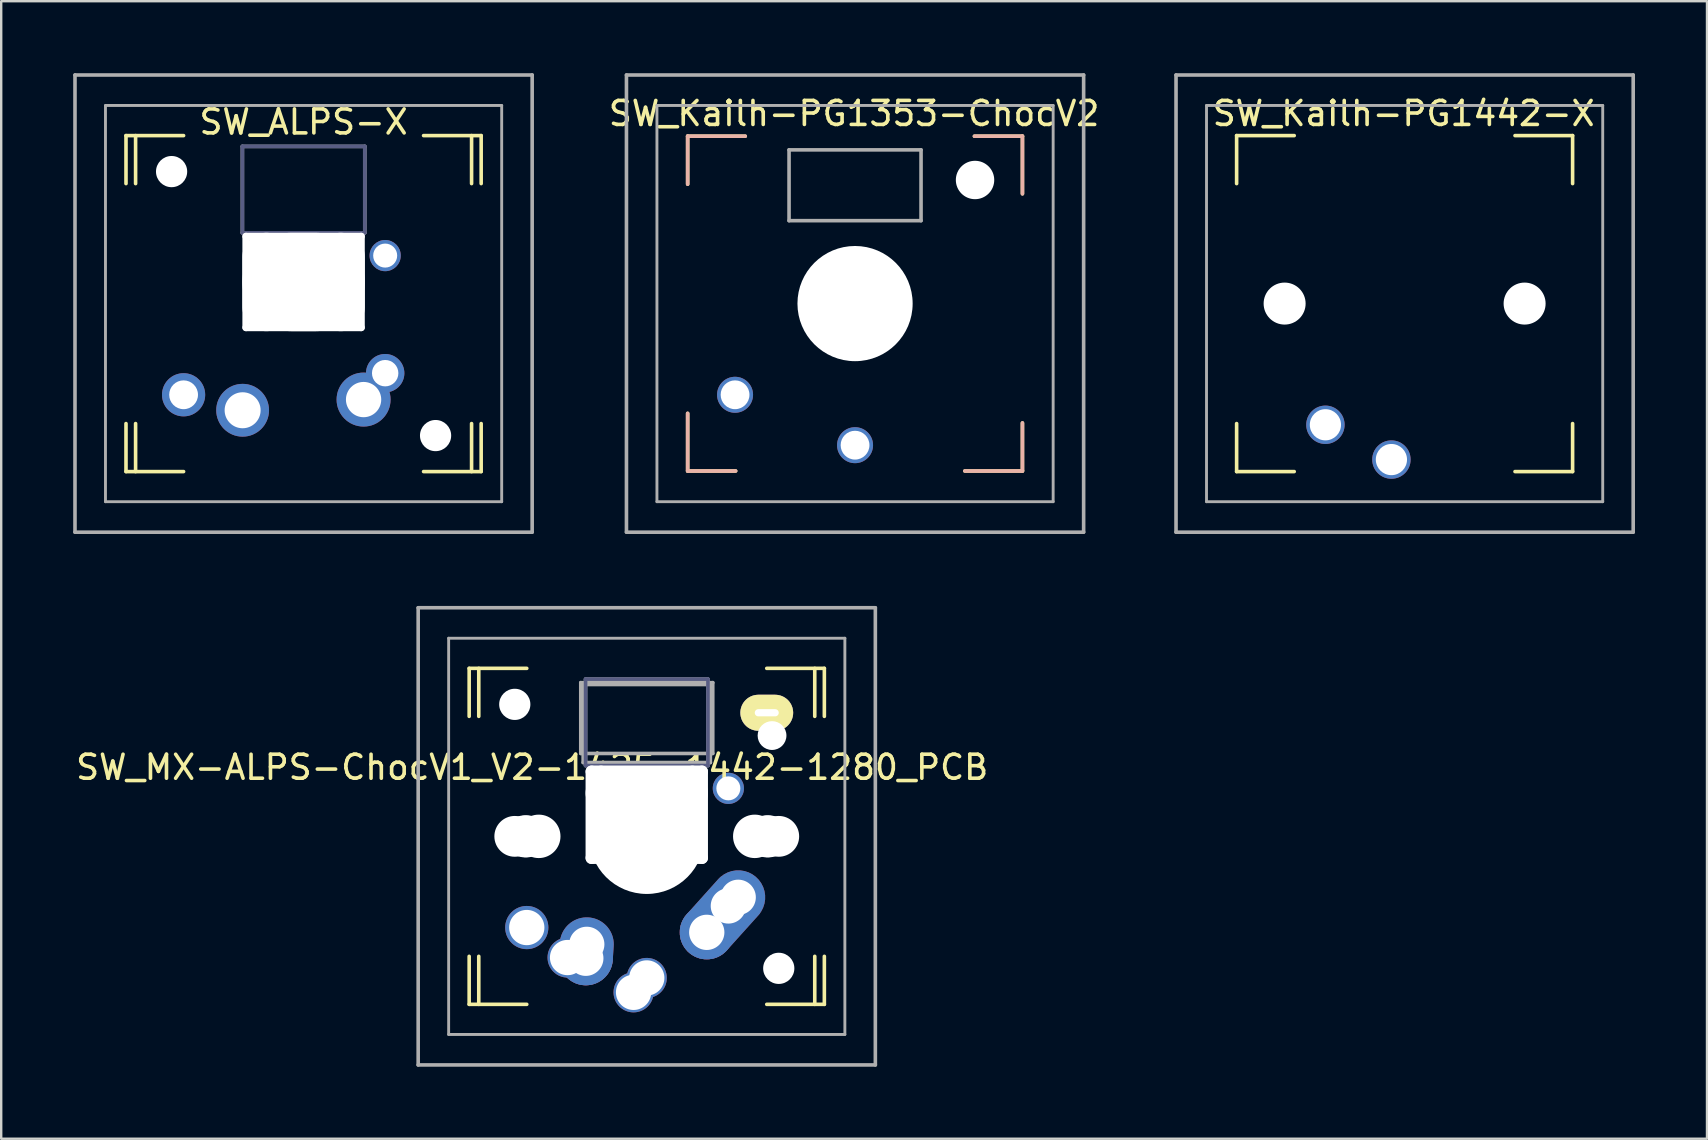
<source format=kicad_pcb>
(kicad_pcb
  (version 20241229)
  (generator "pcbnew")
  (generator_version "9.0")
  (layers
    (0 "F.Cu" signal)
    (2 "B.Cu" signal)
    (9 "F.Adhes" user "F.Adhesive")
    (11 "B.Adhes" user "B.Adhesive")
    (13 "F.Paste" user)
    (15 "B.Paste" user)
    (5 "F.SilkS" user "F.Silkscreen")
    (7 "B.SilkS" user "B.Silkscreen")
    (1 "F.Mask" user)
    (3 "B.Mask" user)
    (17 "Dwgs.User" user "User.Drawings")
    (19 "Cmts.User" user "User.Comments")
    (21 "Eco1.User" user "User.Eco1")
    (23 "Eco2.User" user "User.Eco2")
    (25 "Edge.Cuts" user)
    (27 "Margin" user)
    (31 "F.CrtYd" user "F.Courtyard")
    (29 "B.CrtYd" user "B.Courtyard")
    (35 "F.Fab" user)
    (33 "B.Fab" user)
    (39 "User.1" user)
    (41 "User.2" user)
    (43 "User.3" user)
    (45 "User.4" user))
  (footprint "SW_Kailh-PG1353-ChocV2"
    (layer "F.Cu")
    (at 32.579 9.6)
    (property "Reference" "SW_Kailh-PG1353-ChocV2" (at -0.04 -7.92 0) (layer "F.SilkS") (effects (font (size 1 1) (thickness 0.15))))
    (attr through_hole)
    (fp_line (start -6.975 -6.975) (end -4.575 -6.975) (stroke (width 0.15) (type solid)) (layer "F.SilkS"))
    (fp_line (start -6.975 -4.975) (end -6.975 -6.975) (stroke (width 0.15) (type solid)) (layer "F.SilkS"))
    (fp_line (start -6.975 6.975) (end -6.975 4.575) (stroke (width 0.15) (type solid)) (layer "F.SilkS"))
    (fp_line (start -4.975 6.975) (end -6.975 6.975) (stroke (width 0.15) (type solid)) (layer "F.SilkS"))
    (fp_line (start 4.975 -6.975) (end 6.975 -6.975) (stroke (width 0.15) (type solid)) (layer "F.SilkS"))
    (fp_line (start 6.975 -6.975) (end 6.975 -4.575) (stroke (width 0.15) (type solid)) (layer "F.SilkS"))
    (fp_line (start 6.975 4.975) (end 6.975 6.975) (stroke (width 0.15) (type solid)) (layer "F.SilkS"))
    (fp_line (start 6.975 6.975) (end 4.575 6.975) (stroke (width 0.15) (type solid)) (layer "F.SilkS"))
    (fp_line (start -6.975 -6.975) (end -6.975 -4.975) (stroke (width 0.15) (type solid)) (layer "B.SilkS"))
    (fp_line (start -6.975 4.575) (end -6.975 6.975) (stroke (width 0.15) (type solid)) (layer "B.SilkS"))
    (fp_line (start -6.975 6.975) (end -4.975 6.975) (stroke (width 0.15) (type solid)) (layer "B.SilkS"))
    (fp_line (start -4.575 -6.975) (end -6.975 -6.975) (stroke (width 0.15) (type solid)) (layer "B.SilkS"))
    (fp_line (start 4.575 6.975) (end 6.975 6.975) (stroke (width 0.15) (type solid)) (layer "B.SilkS"))
    (fp_line (start 6.975 -6.975) (end 4.975 -6.975) (stroke (width 0.15) (type solid)) (layer "B.SilkS"))
    (fp_line (start 6.975 -4.575) (end 6.975 -6.975) (stroke (width 0.15) (type solid)) (layer "B.SilkS"))
    (fp_line (start 6.975 6.975) (end 6.975 4.975) (stroke (width 0.15) (type solid)) (layer "B.SilkS"))
    (fp_line (start -9.525 -9.525) (end 9.525 -9.525) (stroke (width 0.15) (type solid)) (layer "F.Fab"))
    (fp_line (start -9.525 9.525) (end -9.525 -9.525) (stroke (width 0.15) (type solid)) (layer "F.Fab"))
    (fp_line (start -8.255 -8.255) (end 8.255 -8.255) (stroke (width 0.12) (type solid)) (layer "F.Fab"))
    (fp_line (start -8.255 8.255) (end -8.255 -8.255) (stroke (width 0.12) (type solid)) (layer "F.Fab"))
    (fp_line (start -2.75 -6.405) (end 2.75 -6.405) (stroke (width 0.15) (type solid)) (layer "F.Fab"))
    (fp_line (start -2.75 -3.455) (end -2.75 -6.405) (stroke (width 0.15) (type solid)) (layer "F.Fab"))
    (fp_line (start -2.75 -3.455) (end 2.75 -3.455) (stroke (width 0.15) (type solid)) (layer "F.Fab"))
    (fp_line (start 2.75 -3.455) (end 2.75 -6.405) (stroke (width 0.15) (type solid)) (layer "F.Fab"))
    (fp_line (start 8.255 -8.255) (end 8.255 8.255) (stroke (width 0.12) (type solid)) (layer "F.Fab"))
    (fp_line (start 8.255 8.255) (end -8.255 8.255) (stroke (width 0.12) (type solid)) (layer "F.Fab"))
    (fp_line (start 9.525 -9.525) (end 9.525 9.525) (stroke (width 0.15) (type solid)) (layer "F.Fab"))
    (fp_line (start 9.525 9.525) (end -9.525 9.525) (stroke (width 0.15) (type solid)) (layer "F.Fab"))
    (pad "" np_thru_hole circle (at 0 0) (size 4.8 4.8) (drill 4.8) (layers "*.Cu" "*.Mask"))
    (pad "" np_thru_hole circle (at 5 -5.15) (size 1.6 1.6) (drill 1.6) (layers "*.Cu" "*.Mask"))
    (pad "1" thru_hole circle (at -5 3.8 180) (size 1.5 1.5) (drill 1.2) (layers "*.Cu" "*.Mask"))
    (pad "2" thru_hole circle (at 0 5.9 180) (size 1.5 1.5) (drill 1.2) (layers "*.Cu" "*.Mask")))
  (footprint "SW_Kailh-PG1442-X"
    (layer "F.Cu")
    (at 55.479 9.6)
    (property "Reference" "SW_Kailh-PG1442-X" (at -0.04 -7.92 0) (layer "F.SilkS") (effects (font (size 1 1) (thickness 0.15))))
    (attr through_hole)
    (fp_line (start -7 -7) (end -4.6 -7) (stroke (width 0.15) (type solid)) (layer "F.SilkS"))
    (fp_line (start -7 -5) (end -7 -7) (stroke (width 0.15) (type solid)) (layer "F.SilkS"))
    (fp_line (start -7 5) (end -7 7) (stroke (width 0.15) (type solid)) (layer "F.SilkS"))
    (fp_line (start -7 7) (end -4.6 7) (stroke (width 0.15) (type solid)) (layer "F.SilkS"))
    (fp_line (start 4.6 7) (end 7 7) (stroke (width 0.15) (type solid)) (layer "F.SilkS"))
    (fp_line (start 7 -7) (end 4.6 -7) (stroke (width 0.15) (type solid)) (layer "F.SilkS"))
    (fp_line (start 7 -5) (end 7 -7) (stroke (width 0.15) (type solid)) (layer "F.SilkS"))
    (fp_line (start 7 7) (end 7 5) (stroke (width 0.15) (type solid)) (layer "F.SilkS"))
    (fp_line (start -9.525 -9.525) (end 9.525 -9.525) (stroke (width 0.15) (type solid)) (layer "F.Fab"))
    (fp_line (start -9.525 9.525) (end -9.525 -9.525) (stroke (width 0.15) (type solid)) (layer "F.Fab"))
    (fp_line (start -8.255 -8.255) (end 8.255 -8.255) (stroke (width 0.12) (type solid)) (layer "F.Fab"))
    (fp_line (start -8.255 8.255) (end -8.255 -8.255) (stroke (width 0.12) (type solid)) (layer "F.Fab"))
    (fp_line (start 8.255 -8.255) (end 8.255 8.255) (stroke (width 0.12) (type solid)) (layer "F.Fab"))
    (fp_line (start 8.255 8.255) (end -8.255 8.255) (stroke (width 0.12) (type solid)) (layer "F.Fab"))
    (fp_line (start 9.525 -9.525) (end 9.525 9.525) (stroke (width 0.15) (type solid)) (layer "F.Fab"))
    (fp_line (start 9.525 9.525) (end -9.525 9.525) (stroke (width 0.15) (type solid)) (layer "F.Fab"))
    (pad "" np_thru_hole circle (at -5 0) (size 1.75 1.75) (drill 1.75) (layers "*.Cu" "*.Mask"))
    (pad "" np_thru_hole circle (at 5 0) (size 1.75 1.75) (drill 1.75) (layers "*.Cu" "*.Mask"))
    (pad "1" thru_hole circle (at -3.3 5.05 180) (size 1.6 1.6) (drill 1.3) (layers "*.Cu" "*.Mask"))
    (pad "2" thru_hole circle (at -0.55 6.5 180) (size 1.6 1.6) (drill 1.3) (layers "*.Cu" "*.Mask")))
  (footprint "SW_ALPS-X"
    (layer "F.Cu")
    (at 9.6 9.6)
    (property "Reference" "SW_ALPS-X" (at 0 -7.567 0) (layer "F.SilkS") (effects (font (size 1 1) (thickness 0.15))))
    (attr through_hole)
    (fp_line (start -7.4 -7) (end -5 -7) (stroke (width 0.15) (type solid)) (layer "F.SilkS"))
    (fp_line (start -7.4 -5) (end -7.4 -7) (stroke (width 0.15) (type solid)) (layer "F.SilkS"))
    (fp_line (start -7.4 5) (end -7.4 7) (stroke (width 0.15) (type solid)) (layer "F.SilkS"))
    (fp_line (start -7.4 7) (end -5 7) (stroke (width 0.15) (type solid)) (layer "F.SilkS"))
    (fp_line (start -7 -5) (end -7 -7) (stroke (width 0.15) (type solid)) (layer "F.SilkS"))
    (fp_line (start -7 5) (end -7 7) (stroke (width 0.15) (type solid)) (layer "F.SilkS"))
    (fp_line (start 5 7) (end 7.4 7) (stroke (width 0.15) (type solid)) (layer "F.SilkS"))
    (fp_line (start 7 -5) (end 7 -7) (stroke (width 0.15) (type solid)) (layer "F.SilkS"))
    (fp_line (start 7 7) (end 7 5) (stroke (width 0.15) (type solid)) (layer "F.SilkS"))
    (fp_line (start 7.4 -7) (end 5 -7) (stroke (width 0.15) (type solid)) (layer "F.SilkS"))
    (fp_line (start 7.4 -5) (end 7.4 -7) (stroke (width 0.15) (type solid)) (layer "F.SilkS"))
    (fp_line (start 7.4 7) (end 7.4 5) (stroke (width 0.15) (type solid)) (layer "F.SilkS"))
    (fp_line (start -2.55 -6.55) (end 2.55 -6.55) (stroke (width 0.15) (type solid)) (layer "B.Fab"))
    (fp_line (start -2.55 -2.95) (end -2.55 -6.55) (stroke (width 0.15) (type solid)) (layer "B.Fab"))
    (fp_line (start 2.55 -6.55) (end 2.55 -2.95) (stroke (width 0.15) (type solid)) (layer "B.Fab"))
    (fp_line (start 2.55 -2.95) (end -2.55 -2.95) (stroke (width 0.15) (type solid)) (layer "B.Fab"))
    (fp_line (start -9.525 -9.525) (end 9.525 -9.525) (stroke (width 0.15) (type solid)) (layer "F.Fab"))
    (fp_line (start -9.525 9.525) (end -9.525 -9.525) (stroke (width 0.15) (type solid)) (layer "F.Fab"))
    (fp_line (start -8.255 -8.255) (end 8.255 -8.255) (stroke (width 0.12) (type solid)) (layer "F.Fab"))
    (fp_line (start -8.255 8.255) (end -8.255 -8.255) (stroke (width 0.12) (type solid)) (layer "F.Fab"))
    (fp_line (start -2.55 -6.55) (end -2.55 -2.95) (stroke (width 0.15) (type solid)) (layer "F.Fab"))
    (fp_line (start -2.55 -2.95) (end 2.55 -2.95) (stroke (width 0.15) (type solid)) (layer "F.Fab"))
    (fp_line (start 2.55 -6.55) (end -2.55 -6.55) (stroke (width 0.15) (type solid)) (layer "F.Fab"))
    (fp_line (start 2.55 -2.95) (end 2.55 -6.55) (stroke (width 0.15) (type solid)) (layer "F.Fab"))
    (fp_line (start 8.255 -8.255) (end 8.255 8.255) (stroke (width 0.12) (type solid)) (layer "F.Fab"))
    (fp_line (start 8.255 8.255) (end -8.255 8.255) (stroke (width 0.12) (type solid)) (layer "F.Fab"))
    (fp_line (start 9.525 -9.525) (end 9.525 9.525) (stroke (width 0.15) (type solid)) (layer "F.Fab"))
    (fp_line (start 9.525 9.525) (end -9.525 9.525) (stroke (width 0.15) (type solid)) (layer "F.Fab"))
    (pad "" np_thru_hole circle (at -5.5 -5.5) (size 1.3 1.3) (drill 1.3) (layers "*.Cu" "*.Mask"))
    (pad "" np_thru_hole oval (at -2.4 -0.9 180) (size 0.3 4.1) (drill oval 0.3 4.1) (layers "*.Cu" "*.Mask"))
    (pad "" np_thru_hole oval (at -1.55 -0.9 180) (size 2 4.1) (drill oval 2 4.1) (layers "*.Cu" "*.Mask"))
    (pad "" np_thru_hole oval (at 0 -2.8 180) (size 5.1 0.3) (drill oval 5.1 0.3) (layers "*.Cu" "*.Mask"))
    (pad "" np_thru_hole oval (at 0 -0.9 180) (size 5.1 4.1) (drill oval 5.1 4.1) (layers "*.Cu" "*.Mask"))
    (pad "" np_thru_hole oval (at 0 1 180) (size 5.1 0.3) (drill oval 5.1 0.3) (layers "*.Cu" "*.Mask"))
    (pad "" np_thru_hole oval (at 1.55 -0.9 180) (size 2 4.1) (drill oval 2 4.1) (layers "*.Cu" "*.Mask"))
    (pad "" np_thru_hole oval (at 2.4 -0.9 180) (size 0.3 4.1) (drill oval 0.3 4.1) (layers "*.Cu" "*.Mask"))
    (pad "" np_thru_hole circle (at 5.5 5.5) (size 1.3 1.3) (drill 1.3) (layers "*.Cu" "*.Mask"))
    (pad "1" thru_hole circle (at -5 3.8 180) (size 1.8 1.8) (drill 1.2) (layers "*.Cu" "*.Mask"))
    (pad "1" thru_hole circle (at 3.4 -2) (size 1.3 1.3) (drill 1) (layers "*.Cu" "*.Mask"))
    (pad "2" thru_hole circle (at 2.5 4 180) (size 2.25 2.25) (drill 1.47) (layers "*.Cu" "B.Mask"))
    (pad "2" thru_hole circle (at 3.4 2.9) (size 1.6 1.6) (drill 1.1) (layers "*.Cu" "*.Mask"))
    (pad "3" thru_hole circle (at -2.54 4.445 180) (size 2.2 2.2) (drill 1.5) (layers "*.Cu" "*.Mask")))
  (footprint "SW_MX-ALPS-ChocV1_V2-1425-1442-1280_PCB"
    (layer "F.Cu")
    (at 23.9 31.8)
    (property "Reference" "SW_MX-ALPS-ChocV1_V2-1425-1442-1280_PCB" (at -4.775 -2.877 0) (unlocked yes) (layer "F.SilkS") (effects (font (size 1 1) (thickness 0.15))))
    (attr through_hole)
    (fp_line (start -7.4 -7) (end -5 -7) (stroke (width 0.15) (type solid)) (layer "F.SilkS"))
    (fp_line (start -7.4 -5) (end -7.4 -7) (stroke (width 0.15) (type solid)) (layer "F.SilkS"))
    (fp_line (start -7.4 5) (end -7.4 7) (stroke (width 0.15) (type solid)) (layer "F.SilkS"))
    (fp_line (start -7.4 7) (end -5 7) (stroke (width 0.15) (type solid)) (layer "F.SilkS"))
    (fp_line (start -7 -5) (end -7 -7) (stroke (width 0.15) (type solid)) (layer "F.SilkS"))
    (fp_line (start -7 5) (end -7 7) (stroke (width 0.15) (type solid)) (layer "F.SilkS"))
    (fp_line (start 5 7) (end 7.4 7) (stroke (width 0.15) (type solid)) (layer "F.SilkS"))
    (fp_line (start 7 -5) (end 7 -7) (stroke (width 0.15) (type solid)) (layer "F.SilkS"))
    (fp_line (start 7 7) (end 7 5) (stroke (width 0.15) (type solid)) (layer "F.SilkS"))
    (fp_line (start 7.4 -7) (end 5 -7) (stroke (width 0.15) (type solid)) (layer "F.SilkS"))
    (fp_line (start 7.4 -5) (end 7.4 -7) (stroke (width 0.15) (type solid)) (layer "F.SilkS"))
    (fp_line (start 7.4 7) (end 7.4 5) (stroke (width 0.15) (type solid)) (layer "F.SilkS"))
    (fp_line (start -2.55 -6.55) (end 2.55 -6.55) (stroke (width 0.15) (type solid)) (layer "B.Fab"))
    (fp_line (start -2.55 -2.95) (end -2.55 -6.55) (stroke (width 0.15) (type solid)) (layer "B.Fab"))
    (fp_line (start 2.55 -6.55) (end 2.55 -2.95) (stroke (width 0.15) (type solid)) (layer "B.Fab"))
    (fp_line (start 2.55 -2.95) (end -2.55 -2.95) (stroke (width 0.15) (type solid)) (layer "B.Fab"))
    (fp_line (start -9.525 -9.525) (end 9.525 -9.525) (stroke (width 0.15) (type solid)) (layer "F.Fab"))
    (fp_line (start -9.525 9.525) (end -9.525 -9.525) (stroke (width 0.15) (type solid)) (layer "F.Fab"))
    (fp_line (start -8.255 -8.255) (end 8.255 -8.255) (stroke (width 0.12) (type solid)) (layer "F.Fab"))
    (fp_line (start -8.255 8.255) (end -8.255 -8.255) (stroke (width 0.12) (type solid)) (layer "F.Fab"))
    (fp_line (start -2.75 -6.405) (end 2.75 -6.405) (stroke (width 0.15) (type solid)) (layer "F.Fab"))
    (fp_line (start -2.75 -3.455) (end -2.75 -6.405) (stroke (width 0.15) (type solid)) (layer "F.Fab"))
    (fp_line (start -2.75 -3.455) (end 2.75 -3.455) (stroke (width 0.15) (type solid)) (layer "F.Fab"))
    (fp_line (start -2.65 -6.325) (end -2.65 -3.075) (stroke (width 0.15) (type solid)) (layer "F.Fab"))
    (fp_line (start -2.65 -6.325) (end 2.65 -6.325) (stroke (width 0.15) (type solid)) (layer "F.Fab"))
    (fp_line (start -2.65 -3.075) (end 2.65 -3.075) (stroke (width 0.15) (type solid)) (layer "F.Fab"))
    (fp_line (start -2.55 -6.55) (end -2.55 -2.95) (stroke (width 0.15) (type solid)) (layer "F.Fab"))
    (fp_line (start -2.55 -2.95) (end 2.55 -2.95) (stroke (width 0.15) (type solid)) (layer "F.Fab"))
    (fp_line (start 2.55 -6.55) (end -2.55 -6.55) (stroke (width 0.15) (type solid)) (layer "F.Fab"))
    (fp_line (start 2.55 -2.95) (end 2.55 -6.55) (stroke (width 0.15) (type solid)) (layer "F.Fab"))
    (fp_line (start 2.65 -6.325) (end 2.65 -3.075) (stroke (width 0.15) (type solid)) (layer "F.Fab"))
    (fp_line (start 2.75 -3.455) (end 2.75 -6.405) (stroke (width 0.15) (type solid)) (layer "F.Fab"))
    (fp_line (start 8.255 -8.255) (end 8.255 8.255) (stroke (width 0.12) (type solid)) (layer "F.Fab"))
    (fp_line (start 8.255 8.255) (end -8.255 8.255) (stroke (width 0.12) (type solid)) (layer "F.Fab"))
    (fp_line (start 9.525 -9.525) (end 9.525 9.525) (stroke (width 0.15) (type solid)) (layer "F.Fab"))
    (fp_line (start 9.525 9.525) (end -9.525 9.525) (stroke (width 0.15) (type solid)) (layer "F.Fab"))
    (pad "" np_thru_hole circle (at -5.5 -5.5) (size 1.3 1.3) (drill 1.3) (layers "*.Cu" "*.Mask"))
    (pad "" np_thru_hole circle (at -5.5 0 228.1) (size 1.7 1.7) (drill 1.7) (layers "*.Cu" "*.Mask"))
    (pad "" np_thru_hole circle (at -5.08 0 228) (size 1.75 1.75) (drill 1.75) (layers "*.Cu" "*.Mask"))
    (pad "" np_thru_hole circle (at -5 0) (size 1.75 1.75) (drill 1.75) (layers "*.Cu" "*.Mask"))
    (pad "" np_thru_hole circle (at -4.5 0) (size 1.81 1.81) (drill 1.81) (layers "*.Cu" "*.Mask"))
    (pad "" np_thru_hole oval (at -2.3 -0.9 180) (size 0.5 4.1) (drill oval 0.5 4.1) (layers "*.Cu" "*.Mask"))
    (pad "" np_thru_hole oval (at -1.905 -0.9 180) (size 0.5 4.1) (drill oval 0.5 4.1) (layers "*.Cu" "*.Mask"))
    (pad "" np_thru_hole oval (at 0 -2.7 180) (size 5.1 0.5) (drill oval 5.1 0.5) (layers "*.Cu" "*.Mask"))
    (pad "" np_thru_hole oval (at 0 -1.8 180) (size 5.1 1.5) (drill oval 5.1 1.5) (layers "*.Cu" "*.Mask"))
    (pad "" np_thru_hole circle (at 0 0) (size 4.8 4.8) (drill 4.8) (layers "*.Cu" "*.Mask"))
    (pad "" np_thru_hole oval (at 0 0.9 180) (size 5.1 0.5) (drill oval 5.1 0.5) (layers "*.Cu" "*.Mask"))
    (pad "" np_thru_hole oval (at 1.9 -0.9 180) (size 0.5 4.1) (drill oval 0.5 4.1) (layers "*.Cu" "*.Mask"))
    (pad "" np_thru_hole oval (at 2.3 -0.9 180) (size 0.5 4.1) (drill oval 0.5 4.1) (layers "*.Cu" "*.Mask"))
    (pad "" np_thru_hole circle (at 4.5 0) (size 1.81 1.81) (drill 1.81) (layers "*.Cu" "*.Mask"))
    (pad "" thru_hole oval (at 5 -5.15 180) (size 2.2 1.5) (drill oval 1 0.3) (layers "*.Cu" "B.Mask" "F.SilkS"))
    (pad "" np_thru_hole circle (at 5 0) (size 1.75 1.75) (drill 1.75) (layers "*.Cu" "*.Mask"))
    (pad "" np_thru_hole circle (at 5.08 0 228) (size 1.75 1.75) (drill 1.75) (layers "*.Cu" "*.Mask"))
    (pad "" np_thru_hole circle (at 5.22 -4.2 228.1) (size 1.2 1.2) (drill 1.2) (layers "*.Cu" "*.Mask"))
    (pad "" np_thru_hole circle (at 5.5 0 228.1) (size 1.7 1.7) (drill 1.7) (layers "*.Cu" "*.Mask"))
    (pad "" np_thru_hole circle (at 5.5 5.5) (size 1.3 1.3) (drill 1.3) (layers "*.Cu" "*.Mask"))
    (pad "1" thru_hole circle (at -5 3.8 180) (size 1.8 1.8) (drill 1.47) (layers "*.Cu" "*.Mask"))
    (pad "1" thru_hole circle (at 3.4 -2) (size 1.3 1.3) (drill 1) (layers "*.Cu" "*.Mask"))
    (pad "2" thru_hole circle (at -0.55 6.5 180) (size 1.67 1.67) (drill 1.47) (layers "*.Cu" "*.Mask"))
    (pad "2" thru_hole circle (at 0 5.9 180) (size 1.67 1.67) (drill 1.47) (layers "*.Cu" "*.Mask"))
    (pad "2" thru_hole circle (at 2.5 4 180) (size 2.25 2.25) (drill 1.47) (layers "*.Cu" "B.Mask"))
    (pad "2" thru_hole circle (at 3.4 2.9) (size 1.67 1.67) (drill 1.47) (layers "*.Cu" "*.Mask"))
    (pad "2" thru_hole custom (at 3.81 2.54 180) (size 2.25 2.25) (drill 1.47) (layers "*.Cu" "*.Mask") (options (anchor circle)) (primitives (gr_line (start 1.61 -1.16) (end 0.3 0.3) (width 1.4)) (gr_line (start 1.008 -1.758) (end -0.34 -0.26) (width 1.4)) (gr_arc (start 1.01 -1.76) (mid 1.61 -1.76) (end 1.61 -1.16) (width 1.4))))
    (pad "3" thru_hole circle (at -3.3 5.05 180) (size 1.67 1.67) (drill 1.47) (layers "*.Cu" "*.Mask"))
    (pad "3" thru_hole circle (at -2.54 5.08 180) (size 2.25 2.25) (drill 1.47) (layers "*.Cu" "*.Mask"))
    (pad "3" thru_hole oval (at -2.5 4.5 266.1) (size 2.831 2.25) (drill 1.47 (offset 0.291 0)) (layers "*.Cu" "*.Mask")))
  (gr_rect
    (start -3 -3)
    (end 68.079 44.4)
    (stroke (width 0.1) (type default))
    (fill no)
    (layer "Edge.Cuts")))
</source>
